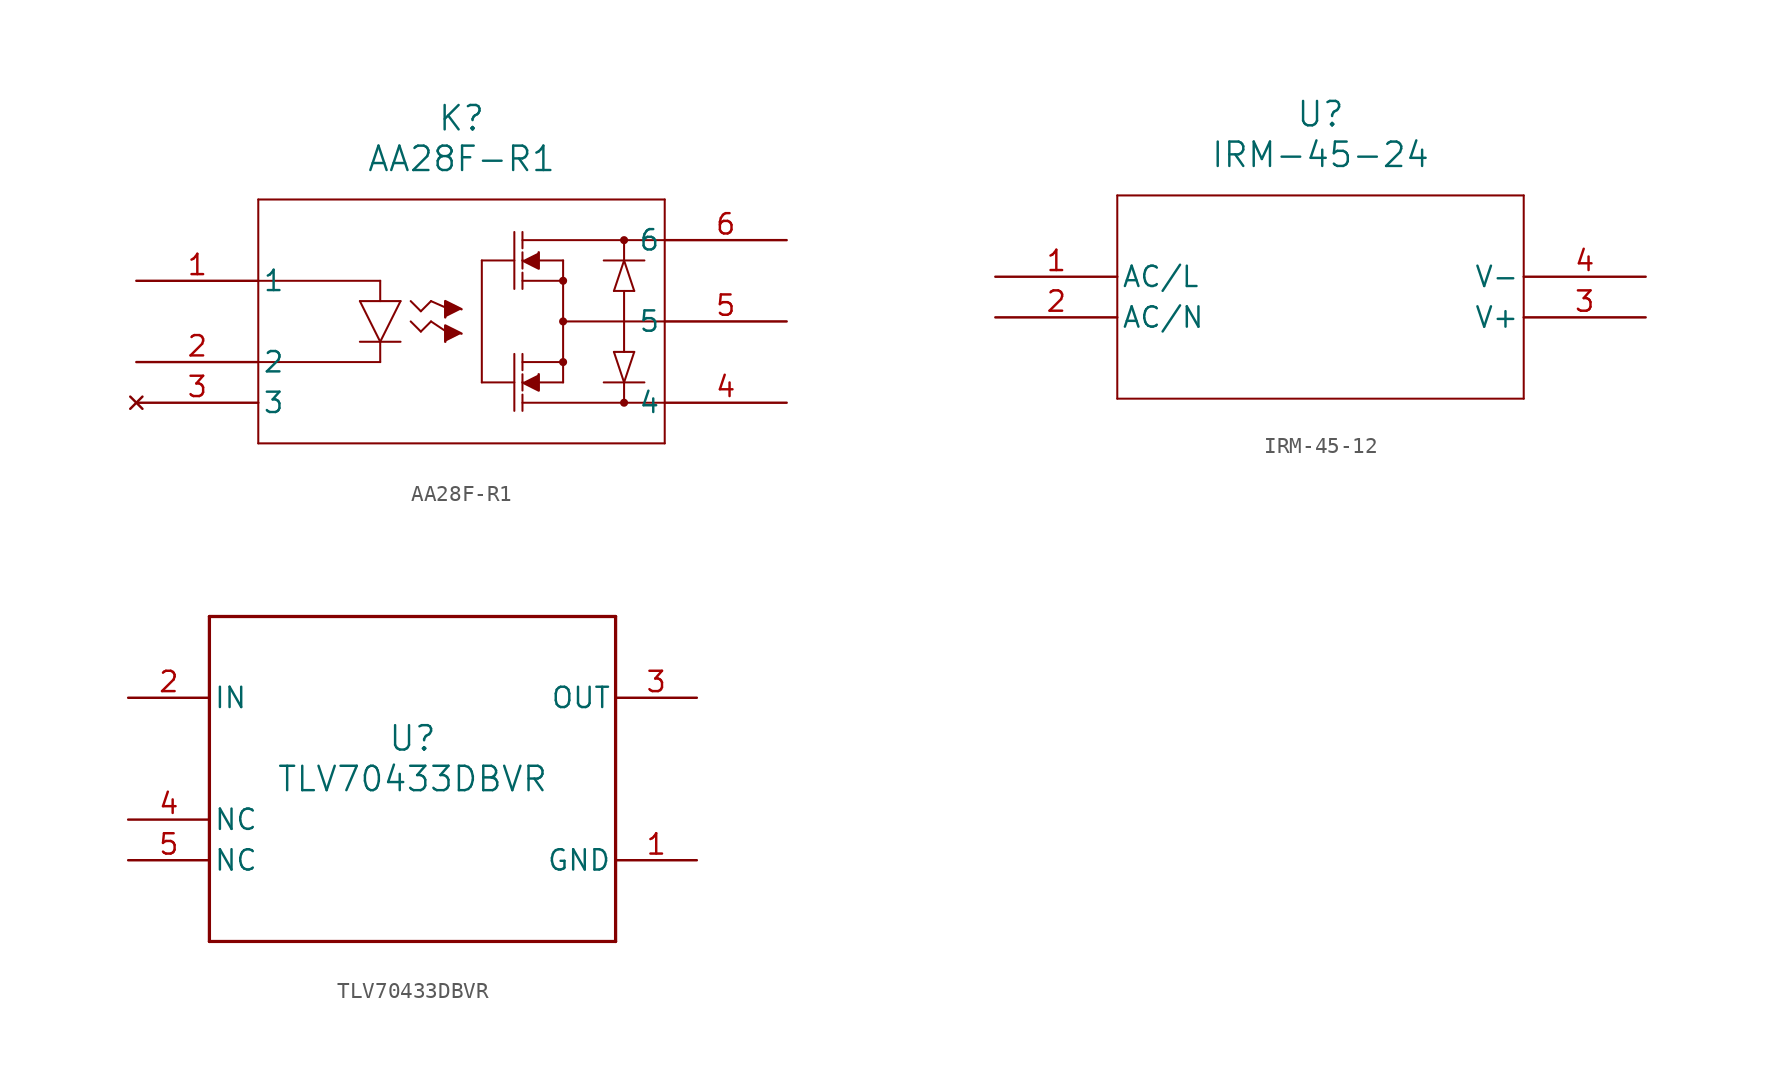
<source format=kicad_sym>
(kicad_symbol_lib
  (version 20241209)
  (generator "kicad_symbol_editor")
  (generator_version "9.0")
  (symbol "AA28F-R1"
    (pin_names
      (offset 0.254))
    (property "Reference" "K"
      (at 20.32 10.16 0)
      (effects (font (size 1.524 1.524))))
    (property "Value" "AA28F-R1"
      (at 20.32 7.62 0)
      (effects (font (size 1.524 1.524))))
    (property "ki_locked" ""
      (at 0 0 0)
      (effects (font (size 1.27 1.27))))
    (symbol "AA28F-R1_0_1"
      (polyline (pts (xy 7.62 5.08) (xy 7.62 -10.16)) (stroke (width 0.127) (type default)) (fill (type none)))
      (polyline (pts (xy 7.62 0) (xy 15.24 0)) (stroke (width 0.127) (type default)) (fill (type none)))
      (polyline (pts (xy 7.62 -5.08) (xy 15.24 -5.08)) (stroke (width 0.127) (type default)) (fill (type none)))
      (polyline (pts (xy 7.62 -10.16) (xy 33.02 -10.16)) (stroke (width 0.127) (type default)) (fill (type none)))
      (polyline (pts (xy 13.97 -1.27) (xy 16.51 -1.27)) (stroke (width 0.127) (type default)) (fill (type none)))
      (polyline (pts (xy 13.97 -3.81) (xy 16.51 -3.81)) (stroke (width 0.127) (type default)) (fill (type none)))
      (polyline (pts (xy 15.24 -1.27) (xy 15.24 0)) (stroke (width 0.127) (type default)) (fill (type none)))
      (polyline (pts (xy 15.24 -3.81) (xy 13.97 -1.27)) (stroke (width 0.127) (type default)) (fill (type none)))
      (polyline (pts (xy 15.24 -3.81) (xy 15.24 -5.08)) (stroke (width 0.127) (type default)) (fill (type none)))
      (polyline (pts (xy 16.51 -1.27) (xy 15.24 -3.81)) (stroke (width 0.127) (type default)) (fill (type none)))
      (polyline (pts (xy 17.78 -1.905) (xy 17.145 -1.27)) (stroke (width 0.127) (type default)) (fill (type none)))
      (polyline (pts (xy 17.78 -3.175) (xy 17.145 -2.54)) (stroke (width 0.127) (type default)) (fill (type none)))
      (polyline (pts (xy 18.415 -1.27) (xy 17.78 -1.905)) (stroke (width 0.127) (type default)) (fill (type none)))
      (polyline (pts (xy 18.415 -1.27) (xy 19.558 -1.778)) (stroke (width 0.127) (type default)) (fill (type none)))
      (polyline (pts (xy 18.415 -2.54) (xy 17.78 -3.175)) (stroke (width 0.127) (type default)) (fill (type none)))
      (polyline (pts (xy 18.415 -2.54) (xy 19.558 -3.302)) (stroke (width 0.127) (type default)) (fill (type none)))
      (polyline (pts (xy 20.32 -1.778) (xy 19.304 -1.27) (xy 19.304 -2.286)) (stroke (width 0) (type default)) (fill (type outline)))
      (polyline (pts (xy 20.32 -3.302) (xy 19.304 -2.794) (xy 19.304 -3.81)) (stroke (width 0) (type default)) (fill (type outline)))
      (polyline (pts (xy 21.59 1.27) (xy 21.59 -6.35)) (stroke (width 0.127) (type default)) (fill (type none)))
      (polyline (pts (xy 21.59 1.27) (xy 23.622 1.27)) (stroke (width 0.127) (type default)) (fill (type none)))
      (polyline (pts (xy 21.59 -6.35) (xy 23.622 -6.35)) (stroke (width 0.127) (type default)) (fill (type none)))
      (polyline (pts (xy 23.622 3.048) (xy 23.622 -0.508)) (stroke (width 0.127) (type default)) (fill (type none)))
      (polyline (pts (xy 23.622 -4.572) (xy 23.622 -8.128)) (stroke (width 0.127) (type default)) (fill (type none)))
      (polyline (pts (xy 24.13 3.048) (xy 24.13 2.032)) (stroke (width 0.127) (type default)) (fill (type none)))
      (polyline (pts (xy 24.13 2.54) (xy 33.02 2.54)) (stroke (width 0.127) (type default)) (fill (type none)))
      (polyline (pts (xy 24.13 1.778) (xy 24.13 0.762)) (stroke (width 0.127) (type default)) (fill (type none)))
      (polyline (pts (xy 24.13 1.27) (xy 25.146 0.762) (xy 25.146 1.778)) (stroke (width 0) (type default)) (fill (type outline)))
      (polyline (pts (xy 24.13 0.508) (xy 24.13 -0.508)) (stroke (width 0.127) (type default)) (fill (type none)))
      (polyline (pts (xy 24.13 0) (xy 26.67 0)) (stroke (width 0.127) (type default)) (fill (type none)))
      (polyline (pts (xy 24.13 -4.572) (xy 24.13 -5.588)) (stroke (width 0.127) (type default)) (fill (type none)))
      (polyline (pts (xy 24.13 -5.08) (xy 26.67 -5.08)) (stroke (width 0.127) (type default)) (fill (type none)))
      (polyline (pts (xy 24.13 -5.842) (xy 24.13 -6.858)) (stroke (width 0.127) (type default)) (fill (type none)))
      (polyline (pts (xy 24.13 -6.35) (xy 25.146 -6.858) (xy 25.146 -5.842)) (stroke (width 0) (type default)) (fill (type outline)))
      (polyline (pts (xy 24.13 -7.112) (xy 24.13 -8.128)) (stroke (width 0.127) (type default)) (fill (type none)))
      (polyline (pts (xy 24.638 1.27) (xy 26.67 1.27)) (stroke (width 0.127) (type default)) (fill (type none)))
      (polyline (pts (xy 26.67 1.27) (xy 26.67 -6.35)) (stroke (width 0.127) (type default)) (fill (type none)))
      (circle (center 26.67 0) (radius 0.127) (stroke (width 0.254) (type default)) (fill (type none)))
      (polyline (pts (xy 26.67 -2.54) (xy 33.02 -2.54)) (stroke (width 0.127) (type default)) (fill (type none)))
      (circle (center 26.67 -2.54) (radius 0.127) (stroke (width 0.254) (type default)) (fill (type none)))
      (circle (center 26.67 -5.08) (radius 0.127) (stroke (width 0.254) (type default)) (fill (type none)))
      (polyline (pts (xy 26.67 -6.35) (xy 24.384 -6.35)) (stroke (width 0.127) (type default)) (fill (type none)))
      (polyline (pts (xy 29.21 1.27) (xy 31.75 1.27)) (stroke (width 0.127) (type default)) (fill (type none)))
      (polyline (pts (xy 29.21 -6.35) (xy 31.75 -6.35)) (stroke (width 0.127) (type default)) (fill (type none)))
      (polyline (pts (xy 30.48 2.54) (xy 30.48 1.27)) (stroke (width 0.127) (type default)) (fill (type none)))
      (circle (center 30.48 2.54) (radius 0.127) (stroke (width 0.254) (type default)) (fill (type none)))
      (polyline (pts (xy 30.48 1.27) (xy 29.845 -0.635)) (stroke (width 0.127) (type default)) (fill (type none)))
      (polyline (pts (xy 30.48 1.27) (xy 31.115 -0.635)) (stroke (width 0.127) (type default)) (fill (type none)))
      (polyline (pts (xy 30.48 -0.635) (xy 30.48 -2.54)) (stroke (width 0.127) (type default)) (fill (type none)))
      (polyline (pts (xy 30.48 -4.445) (xy 30.48 -2.54)) (stroke (width 0.127) (type default)) (fill (type none)))
      (polyline (pts (xy 30.48 -6.35) (xy 29.845 -4.445)) (stroke (width 0.127) (type default)) (fill (type none)))
      (polyline (pts (xy 30.48 -6.35) (xy 31.115 -4.445)) (stroke (width 0.127) (type default)) (fill (type none)))
      (polyline (pts (xy 30.48 -7.62) (xy 30.48 -6.35)) (stroke (width 0.127) (type default)) (fill (type none)))
      (circle (center 30.48 -7.62) (radius 0.127) (stroke (width 0.254) (type default)) (fill (type none)))
      (polyline (pts (xy 31.115 -0.635) (xy 29.845 -0.635)) (stroke (width 0.127) (type default)) (fill (type none)))
      (polyline (pts (xy 31.115 -4.445) (xy 29.845 -4.445)) (stroke (width 0.127) (type default)) (fill (type none)))
      (polyline (pts (xy 33.02 5.08) (xy 7.62 5.08)) (stroke (width 0.127) (type default)) (fill (type none)))
      (polyline (pts (xy 33.02 -7.62) (xy 24.13 -7.62)) (stroke (width 0.127) (type default)) (fill (type none)))
      (polyline (pts (xy 33.02 -10.16) (xy 33.02 5.08)) (stroke (width 0.127) (type default)) (fill (type none)))
      (pin unspecified line (at 0 0 0) (length 7.62) (name "1" (effects (font (size 1.27 1.27)))) (number "1" (effects (font (size 1.27 1.27)))))
      (pin unspecified line (at 0 -5.08 0) (length 7.62) (name "2" (effects (font (size 1.27 1.27)))) (number "2" (effects (font (size 1.27 1.27)))))
      (pin no_connect line (at 0 -7.62 0) (length 7.62) (name "3" (effects (font (size 1.27 1.27)))) (number "3" (effects (font (size 1.27 1.27)))))
      (pin unspecified line (at 40.64 2.54 180) (length 7.62) (name "6" (effects (font (size 1.27 1.27)))) (number "6" (effects (font (size 1.27 1.27)))))
      (pin unspecified line (at 40.64 -2.54 180) (length 7.62) (name "5" (effects (font (size 1.27 1.27)))) (number "5" (effects (font (size 1.27 1.27)))))
      (pin unspecified line (at 40.64 -7.62 180) (length 7.62) (name "4" (effects (font (size 1.27 1.27)))) (number "4" (effects (font (size 1.27 1.27)))))))
  (symbol "IRM-45-12"
    (pin_names
      (offset 0.254))
    (property "Reference" "U"
      (at 20.32 10.16 0)
      (effects (font (size 1.524 1.524))))
    (property "Value" "IRM-45-24"
      (at 20.32 7.62 0)
      (effects (font (size 1.524 1.524))))
    (property "ki_locked" ""
      (at 0 0 0)
      (effects (font (size 1.27 1.27))))
    (symbol "IRM-45-12_0_1"
      (polyline (pts (xy 7.62 5.08) (xy 7.62 -7.62)) (stroke (width 0.127) (type default)) (fill (type none)))
      (polyline (pts (xy 7.62 -7.62) (xy 33.02 -7.62)) (stroke (width 0.127) (type default)) (fill (type none)))
      (polyline (pts (xy 33.02 5.08) (xy 7.62 5.08)) (stroke (width 0.127) (type default)) (fill (type none)))
      (polyline (pts (xy 33.02 -7.62) (xy 33.02 5.08)) (stroke (width 0.127) (type default)) (fill (type none)))
      (pin unspecified line (at 0 0 0) (length 7.62) (name "AC/L" (effects (font (size 1.27 1.27)))) (number "1" (effects (font (size 1.27 1.27)))))
      (pin unspecified line (at 0 -2.54 0) (length 7.62) (name "AC/N" (effects (font (size 1.27 1.27)))) (number "2" (effects (font (size 1.27 1.27)))))
      (pin power_in line (at 40.64 0 180) (length 7.62) (name "V-" (effects (font (size 1.27 1.27)))) (number "4" (effects (font (size 1.27 1.27)))))
      (pin power_in line (at 40.64 -2.54 180) (length 7.62) (name "V+" (effects (font (size 1.27 1.27)))) (number "3" (effects (font (size 1.27 1.27)))))))
  (symbol "TLV70433DBVR"
    (pin_names
      (offset 0.254))
    (property "Reference" "U"
      (at 0 2.54 0)
      (effects (font (size 1.524 1.524))))
    (property "Value" "TLV70433DBVR"
      (at 0 0 0)
      (effects (font (size 1.524 1.524))))
    (property "ki_locked" ""
      (at 0 0 0)
      (effects (font (size 1.27 1.27))))
    (symbol "TLV70433DBVR_0_1"
      (polyline (pts (xy -12.7 10.16) (xy -12.7 -10.16)) (stroke (width 0.203) (type default)) (fill (type none)))
      (polyline (pts (xy -12.7 -10.16) (xy 12.7 -10.16)) (stroke (width 0.203) (type default)) (fill (type none)))
      (polyline (pts (xy 12.7 10.16) (xy -12.7 10.16)) (stroke (width 0.203) (type default)) (fill (type none)))
      (polyline (pts (xy 12.7 -10.16) (xy 12.7 10.16)) (stroke (width 0.203) (type default)) (fill (type none)))
      (pin power_in line (at -17.78 5.08 0) (length 5.08) (name "IN" (effects (font (size 1.27 1.27)))) (number "2" (effects (font (size 1.27 1.27)))))
      (pin unspecified line (at -17.78 -2.54 0) (length 5.08) (name "NC" (effects (font (size 1.27 1.27)))) (number "4" (effects (font (size 1.27 1.27)))))
      (pin unspecified line (at -17.78 -5.08 0) (length 5.08) (name "NC" (effects (font (size 1.27 1.27)))) (number "5" (effects (font (size 1.27 1.27)))))
      (pin power_in line (at 17.78 5.08 180) (length 5.08) (name "OUT" (effects (font (size 1.27 1.27)))) (number "3" (effects (font (size 1.27 1.27)))))
      (pin power_in line (at 17.78 -5.08 180) (length 5.08) (name "GND" (effects (font (size 1.27 1.27)))) (number "1" (effects (font (size 1.27 1.27))))))))
</source>
